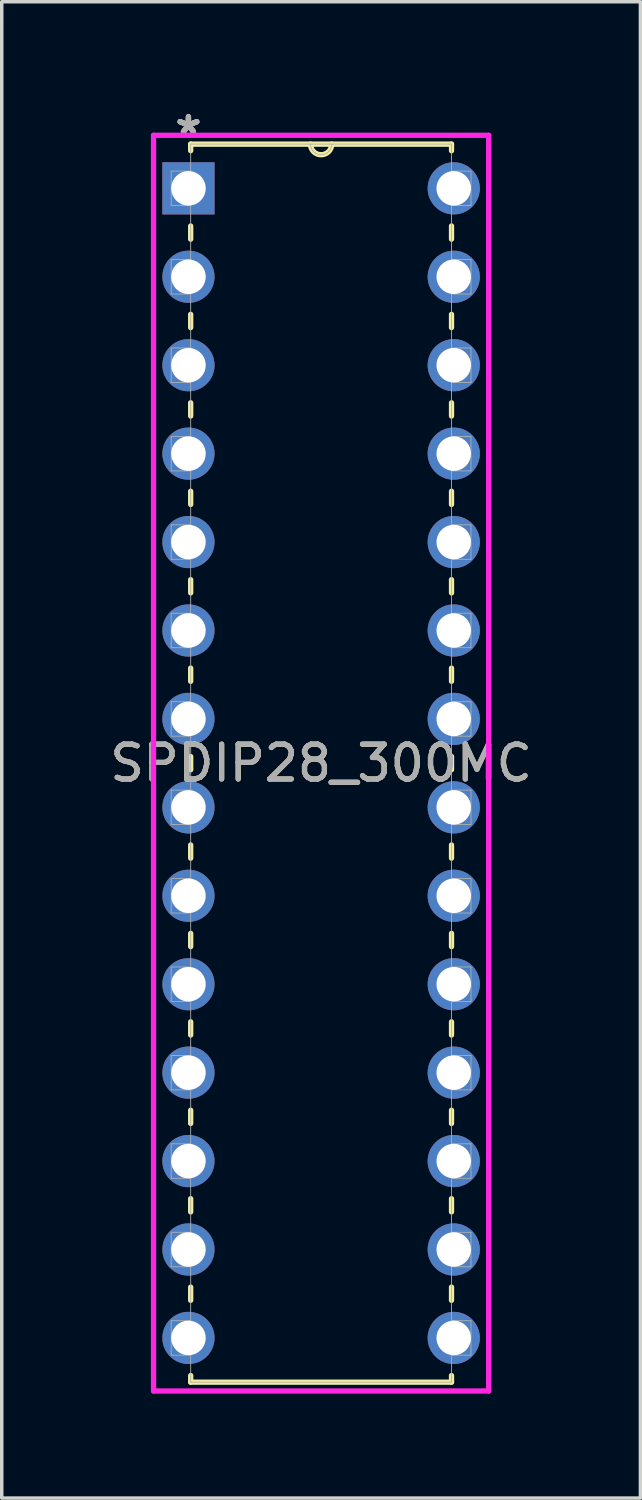
<source format=kicad_pcb>
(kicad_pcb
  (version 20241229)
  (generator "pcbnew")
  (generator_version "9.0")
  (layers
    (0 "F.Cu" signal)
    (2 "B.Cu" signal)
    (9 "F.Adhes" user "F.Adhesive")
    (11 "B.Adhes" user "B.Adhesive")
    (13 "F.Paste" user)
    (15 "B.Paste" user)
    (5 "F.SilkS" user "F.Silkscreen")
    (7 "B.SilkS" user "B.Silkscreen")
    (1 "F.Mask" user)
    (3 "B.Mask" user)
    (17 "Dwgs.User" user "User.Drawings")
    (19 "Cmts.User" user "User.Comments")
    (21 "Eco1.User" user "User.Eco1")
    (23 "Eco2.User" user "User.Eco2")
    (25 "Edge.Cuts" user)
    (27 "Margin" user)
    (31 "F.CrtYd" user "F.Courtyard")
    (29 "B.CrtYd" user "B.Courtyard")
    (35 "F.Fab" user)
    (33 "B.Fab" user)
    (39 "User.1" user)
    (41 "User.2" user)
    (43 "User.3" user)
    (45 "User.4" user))
  (footprint "SPDIP28_300MC"
    (layer "F.Cu")
    (at 9.983 35.38)
    (property "Reference" "SPDIP28_300MC" (at -3.81 -16.51 0) (unlocked yes) (layer "F.SilkS") (effects (font (size 1 1) (thickness 0.15))))
    (attr through_hole)
    (fp_line (start -7.556 -34.29) (end -7.556 -34.102) (stroke (width 0.152) (type solid)) (layer "F.SilkS"))
    (fp_line (start -7.556 -31.938) (end -7.556 -31.56) (stroke (width 0.152) (type solid)) (layer "F.SilkS"))
    (fp_line (start -7.556 -29.4) (end -7.556 -29.02) (stroke (width 0.152) (type solid)) (layer "F.SilkS"))
    (fp_line (start -7.556 -26.86) (end -7.556 -26.48) (stroke (width 0.152) (type solid)) (layer "F.SilkS"))
    (fp_line (start -7.556 -24.32) (end -7.556 -23.94) (stroke (width 0.152) (type solid)) (layer "F.SilkS"))
    (fp_line (start -7.556 -21.78) (end -7.556 -21.4) (stroke (width 0.152) (type solid)) (layer "F.SilkS"))
    (fp_line (start -7.556 -19.24) (end -7.556 -18.86) (stroke (width 0.152) (type solid)) (layer "F.SilkS"))
    (fp_line (start -7.556 -16.7) (end -7.556 -16.32) (stroke (width 0.152) (type solid)) (layer "F.SilkS"))
    (fp_line (start -7.556 -14.16) (end -7.556 -13.78) (stroke (width 0.152) (type solid)) (layer "F.SilkS"))
    (fp_line (start -7.556 -11.62) (end -7.556 -11.24) (stroke (width 0.152) (type solid)) (layer "F.SilkS"))
    (fp_line (start -7.556 -9.08) (end -7.556 -8.7) (stroke (width 0.152) (type solid)) (layer "F.SilkS"))
    (fp_line (start -7.556 -6.54) (end -7.556 -6.16) (stroke (width 0.152) (type solid)) (layer "F.SilkS"))
    (fp_line (start -7.556 -4) (end -7.556 -3.62) (stroke (width 0.152) (type solid)) (layer "F.SilkS"))
    (fp_line (start -7.556 -1.46) (end -7.556 -1.08) (stroke (width 0.152) (type solid)) (layer "F.SilkS"))
    (fp_line (start -7.556 1.08) (end -7.556 1.27) (stroke (width 0.152) (type solid)) (layer "F.SilkS"))
    (fp_line (start -7.556 1.27) (end -0.064 1.27) (stroke (width 0.152) (type solid)) (layer "F.SilkS"))
    (fp_line (start -0.064 -34.29) (end -7.556 -34.29) (stroke (width 0.152) (type solid)) (layer "F.SilkS"))
    (fp_line (start -0.064 -34.1) (end -0.064 -34.29) (stroke (width 0.152) (type solid)) (layer "F.SilkS"))
    (fp_line (start -0.064 -31.56) (end -0.064 -31.94) (stroke (width 0.152) (type solid)) (layer "F.SilkS"))
    (fp_line (start -0.064 -29.02) (end -0.064 -29.4) (stroke (width 0.152) (type solid)) (layer "F.SilkS"))
    (fp_line (start -0.064 -26.48) (end -0.064 -26.86) (stroke (width 0.152) (type solid)) (layer "F.SilkS"))
    (fp_line (start -0.064 -23.94) (end -0.064 -24.32) (stroke (width 0.152) (type solid)) (layer "F.SilkS"))
    (fp_line (start -0.064 -21.4) (end -0.064 -21.78) (stroke (width 0.152) (type solid)) (layer "F.SilkS"))
    (fp_line (start -0.064 -18.86) (end -0.064 -19.24) (stroke (width 0.152) (type solid)) (layer "F.SilkS"))
    (fp_line (start -0.064 -16.32) (end -0.064 -16.7) (stroke (width 0.152) (type solid)) (layer "F.SilkS"))
    (fp_line (start -0.064 -13.78) (end -0.064 -14.16) (stroke (width 0.152) (type solid)) (layer "F.SilkS"))
    (fp_line (start -0.064 -11.24) (end -0.064 -11.62) (stroke (width 0.152) (type solid)) (layer "F.SilkS"))
    (fp_line (start -0.064 -8.7) (end -0.064 -9.08) (stroke (width 0.152) (type solid)) (layer "F.SilkS"))
    (fp_line (start -0.064 -6.16) (end -0.064 -6.54) (stroke (width 0.152) (type solid)) (layer "F.SilkS"))
    (fp_line (start -0.064 -3.62) (end -0.064 -4) (stroke (width 0.152) (type solid)) (layer "F.SilkS"))
    (fp_line (start -0.064 -1.08) (end -0.064 -1.46) (stroke (width 0.152) (type solid)) (layer "F.SilkS"))
    (fp_line (start -0.064 1.27) (end -0.064 1.08) (stroke (width 0.152) (type solid)) (layer "F.SilkS"))
    (fp_arc (start -3.5052 -34.29) (mid -3.81 -33.9852) (end -4.1148 -34.29) (stroke (width 0.1524) (type solid)) (layer "F.SilkS"))
    (fp_line (start -8.623 -34.544) (end -8.623 1.524) (stroke (width 0.152) (type solid)) (layer "F.CrtYd"))
    (fp_line (start -8.623 1.524) (end 1.003 1.524) (stroke (width 0.152) (type solid)) (layer "F.CrtYd"))
    (fp_line (start 1.003 -34.544) (end -8.623 -34.544) (stroke (width 0.152) (type solid)) (layer "F.CrtYd"))
    (fp_line (start 1.003 1.524) (end 1.003 -34.544) (stroke (width 0.152) (type solid)) (layer "F.CrtYd"))
    (fp_line (start -8.115 -33.515) (end -8.115 -32.525) (stroke (width 0.025) (type solid)) (layer "F.Fab"))
    (fp_line (start -8.115 -32.525) (end -7.556 -32.525) (stroke (width 0.025) (type solid)) (layer "F.Fab"))
    (fp_line (start -8.115 -30.975) (end -8.115 -29.985) (stroke (width 0.025) (type solid)) (layer "F.Fab"))
    (fp_line (start -8.115 -29.985) (end -7.556 -29.985) (stroke (width 0.025) (type solid)) (layer "F.Fab"))
    (fp_line (start -8.115 -28.435) (end -8.115 -27.445) (stroke (width 0.025) (type solid)) (layer "F.Fab"))
    (fp_line (start -8.115 -27.445) (end -7.556 -27.445) (stroke (width 0.025) (type solid)) (layer "F.Fab"))
    (fp_line (start -8.115 -25.895) (end -8.115 -24.905) (stroke (width 0.025) (type solid)) (layer "F.Fab"))
    (fp_line (start -8.115 -24.905) (end -7.556 -24.905) (stroke (width 0.025) (type solid)) (layer "F.Fab"))
    (fp_line (start -8.115 -23.355) (end -8.115 -22.365) (stroke (width 0.025) (type solid)) (layer "F.Fab"))
    (fp_line (start -8.115 -22.365) (end -7.556 -22.365) (stroke (width 0.025) (type solid)) (layer "F.Fab"))
    (fp_line (start -8.115 -20.815) (end -8.115 -19.825) (stroke (width 0.025) (type solid)) (layer "F.Fab"))
    (fp_line (start -8.115 -19.825) (end -7.556 -19.825) (stroke (width 0.025) (type solid)) (layer "F.Fab"))
    (fp_line (start -8.115 -18.275) (end -8.115 -17.285) (stroke (width 0.025) (type solid)) (layer "F.Fab"))
    (fp_line (start -8.115 -17.285) (end -7.556 -17.285) (stroke (width 0.025) (type solid)) (layer "F.Fab"))
    (fp_line (start -8.115 -15.735) (end -8.115 -14.745) (stroke (width 0.025) (type solid)) (layer "F.Fab"))
    (fp_line (start -8.115 -14.745) (end -7.556 -14.745) (stroke (width 0.025) (type solid)) (layer "F.Fab"))
    (fp_line (start -8.115 -13.195) (end -8.115 -12.205) (stroke (width 0.025) (type solid)) (layer "F.Fab"))
    (fp_line (start -8.115 -12.205) (end -7.556 -12.205) (stroke (width 0.025) (type solid)) (layer "F.Fab"))
    (fp_line (start -8.115 -10.655) (end -8.115 -9.665) (stroke (width 0.025) (type solid)) (layer "F.Fab"))
    (fp_line (start -8.115 -9.665) (end -7.556 -9.665) (stroke (width 0.025) (type solid)) (layer "F.Fab"))
    (fp_line (start -8.115 -8.115) (end -8.115 -7.125) (stroke (width 0.025) (type solid)) (layer "F.Fab"))
    (fp_line (start -8.115 -7.125) (end -7.556 -7.125) (stroke (width 0.025) (type solid)) (layer "F.Fab"))
    (fp_line (start -8.115 -5.575) (end -8.115 -4.585) (stroke (width 0.025) (type solid)) (layer "F.Fab"))
    (fp_line (start -8.115 -4.585) (end -7.556 -4.585) (stroke (width 0.025) (type solid)) (layer "F.Fab"))
    (fp_line (start -8.115 -3.035) (end -8.115 -2.045) (stroke (width 0.025) (type solid)) (layer "F.Fab"))
    (fp_line (start -8.115 -2.045) (end -7.556 -2.045) (stroke (width 0.025) (type solid)) (layer "F.Fab"))
    (fp_line (start -8.115 -0.495) (end -8.115 0.495) (stroke (width 0.025) (type solid)) (layer "F.Fab"))
    (fp_line (start -8.115 0.495) (end -7.556 0.495) (stroke (width 0.025) (type solid)) (layer "F.Fab"))
    (fp_line (start -7.556 -34.29) (end -7.556 1.27) (stroke (width 0.025) (type solid)) (layer "F.Fab"))
    (fp_line (start -7.556 -33.515) (end -8.115 -33.515) (stroke (width 0.025) (type solid)) (layer "F.Fab"))
    (fp_line (start -7.556 -32.525) (end -7.556 -33.515) (stroke (width 0.025) (type solid)) (layer "F.Fab"))
    (fp_line (start -7.556 -30.975) (end -8.115 -30.975) (stroke (width 0.025) (type solid)) (layer "F.Fab"))
    (fp_line (start -7.556 -29.985) (end -7.556 -30.975) (stroke (width 0.025) (type solid)) (layer "F.Fab"))
    (fp_line (start -7.556 -28.435) (end -8.115 -28.435) (stroke (width 0.025) (type solid)) (layer "F.Fab"))
    (fp_line (start -7.556 -27.445) (end -7.556 -28.435) (stroke (width 0.025) (type solid)) (layer "F.Fab"))
    (fp_line (start -7.556 -25.895) (end -8.115 -25.895) (stroke (width 0.025) (type solid)) (layer "F.Fab"))
    (fp_line (start -7.556 -24.905) (end -7.556 -25.895) (stroke (width 0.025) (type solid)) (layer "F.Fab"))
    (fp_line (start -7.556 -23.355) (end -8.115 -23.355) (stroke (width 0.025) (type solid)) (layer "F.Fab"))
    (fp_line (start -7.556 -22.365) (end -7.556 -23.355) (stroke (width 0.025) (type solid)) (layer "F.Fab"))
    (fp_line (start -7.556 -20.815) (end -8.115 -20.815) (stroke (width 0.025) (type solid)) (layer "F.Fab"))
    (fp_line (start -7.556 -19.825) (end -7.556 -20.815) (stroke (width 0.025) (type solid)) (layer "F.Fab"))
    (fp_line (start -7.556 -18.275) (end -8.115 -18.275) (stroke (width 0.025) (type solid)) (layer "F.Fab"))
    (fp_line (start -7.556 -17.285) (end -7.556 -18.275) (stroke (width 0.025) (type solid)) (layer "F.Fab"))
    (fp_line (start -7.556 -15.735) (end -8.115 -15.735) (stroke (width 0.025) (type solid)) (layer "F.Fab"))
    (fp_line (start -7.556 -14.745) (end -7.556 -15.735) (stroke (width 0.025) (type solid)) (layer "F.Fab"))
    (fp_line (start -7.556 -13.195) (end -8.115 -13.195) (stroke (width 0.025) (type solid)) (layer "F.Fab"))
    (fp_line (start -7.556 -12.205) (end -7.556 -13.195) (stroke (width 0.025) (type solid)) (layer "F.Fab"))
    (fp_line (start -7.556 -10.655) (end -8.115 -10.655) (stroke (width 0.025) (type solid)) (layer "F.Fab"))
    (fp_line (start -7.556 -9.665) (end -7.556 -10.655) (stroke (width 0.025) (type solid)) (layer "F.Fab"))
    (fp_line (start -7.556 -8.115) (end -8.115 -8.115) (stroke (width 0.025) (type solid)) (layer "F.Fab"))
    (fp_line (start -7.556 -7.125) (end -7.556 -8.115) (stroke (width 0.025) (type solid)) (layer "F.Fab"))
    (fp_line (start -7.556 -5.575) (end -8.115 -5.575) (stroke (width 0.025) (type solid)) (layer "F.Fab"))
    (fp_line (start -7.556 -4.585) (end -7.556 -5.575) (stroke (width 0.025) (type solid)) (layer "F.Fab"))
    (fp_line (start -7.556 -3.035) (end -8.115 -3.035) (stroke (width 0.025) (type solid)) (layer "F.Fab"))
    (fp_line (start -7.556 -2.045) (end -7.556 -3.035) (stroke (width 0.025) (type solid)) (layer "F.Fab"))
    (fp_line (start -7.556 -0.495) (end -8.115 -0.495) (stroke (width 0.025) (type solid)) (layer "F.Fab"))
    (fp_line (start -7.556 0.495) (end -7.556 -0.495) (stroke (width 0.025) (type solid)) (layer "F.Fab"))
    (fp_line (start -7.556 1.27) (end -0.064 1.27) (stroke (width 0.025) (type solid)) (layer "F.Fab"))
    (fp_line (start -0.064 -34.29) (end -7.556 -34.29) (stroke (width 0.025) (type solid)) (layer "F.Fab"))
    (fp_line (start -0.064 -33.515) (end -0.064 -32.525) (stroke (width 0.025) (type solid)) (layer "F.Fab"))
    (fp_line (start -0.064 -32.525) (end 0.495 -32.525) (stroke (width 0.025) (type solid)) (layer "F.Fab"))
    (fp_line (start -0.064 -30.975) (end -0.064 -29.985) (stroke (width 0.025) (type solid)) (layer "F.Fab"))
    (fp_line (start -0.064 -29.985) (end 0.495 -29.985) (stroke (width 0.025) (type solid)) (layer "F.Fab"))
    (fp_line (start -0.064 -28.435) (end -0.064 -27.445) (stroke (width 0.025) (type solid)) (layer "F.Fab"))
    (fp_line (start -0.064 -27.445) (end 0.495 -27.445) (stroke (width 0.025) (type solid)) (layer "F.Fab"))
    (fp_line (start -0.064 -25.895) (end -0.064 -24.905) (stroke (width 0.025) (type solid)) (layer "F.Fab"))
    (fp_line (start -0.064 -24.905) (end 0.495 -24.905) (stroke (width 0.025) (type solid)) (layer "F.Fab"))
    (fp_line (start -0.064 -23.355) (end -0.064 -22.365) (stroke (width 0.025) (type solid)) (layer "F.Fab"))
    (fp_line (start -0.064 -22.365) (end 0.495 -22.365) (stroke (width 0.025) (type solid)) (layer "F.Fab"))
    (fp_line (start -0.064 -20.815) (end -0.064 -19.825) (stroke (width 0.025) (type solid)) (layer "F.Fab"))
    (fp_line (start -0.064 -19.825) (end 0.495 -19.825) (stroke (width 0.025) (type solid)) (layer "F.Fab"))
    (fp_line (start -0.064 -18.275) (end -0.064 -17.285) (stroke (width 0.025) (type solid)) (layer "F.Fab"))
    (fp_line (start -0.064 -17.285) (end 0.495 -17.285) (stroke (width 0.025) (type solid)) (layer "F.Fab"))
    (fp_line (start -0.064 -15.735) (end -0.064 -14.745) (stroke (width 0.025) (type solid)) (layer "F.Fab"))
    (fp_line (start -0.064 -14.745) (end 0.495 -14.745) (stroke (width 0.025) (type solid)) (layer "F.Fab"))
    (fp_line (start -0.064 -13.195) (end -0.064 -12.205) (stroke (width 0.025) (type solid)) (layer "F.Fab"))
    (fp_line (start -0.064 -12.205) (end 0.495 -12.205) (stroke (width 0.025) (type solid)) (layer "F.Fab"))
    (fp_line (start -0.064 -10.655) (end -0.064 -9.665) (stroke (width 0.025) (type solid)) (layer "F.Fab"))
    (fp_line (start -0.064 -9.665) (end 0.495 -9.665) (stroke (width 0.025) (type solid)) (layer "F.Fab"))
    (fp_line (start -0.064 -8.115) (end -0.064 -7.125) (stroke (width 0.025) (type solid)) (layer "F.Fab"))
    (fp_line (start -0.064 -7.125) (end 0.495 -7.125) (stroke (width 0.025) (type solid)) (layer "F.Fab"))
    (fp_line (start -0.064 -5.575) (end -0.064 -4.585) (stroke (width 0.025) (type solid)) (layer "F.Fab"))
    (fp_line (start -0.064 -4.585) (end 0.495 -4.585) (stroke (width 0.025) (type solid)) (layer "F.Fab"))
    (fp_line (start -0.064 -3.035) (end -0.064 -2.045) (stroke (width 0.025) (type solid)) (layer "F.Fab"))
    (fp_line (start -0.064 -2.045) (end 0.495 -2.045) (stroke (width 0.025) (type solid)) (layer "F.Fab"))
    (fp_line (start -0.064 -0.495) (end -0.064 0.495) (stroke (width 0.025) (type solid)) (layer "F.Fab"))
    (fp_line (start -0.064 0.495) (end 0.495 0.495) (stroke (width 0.025) (type solid)) (layer "F.Fab"))
    (fp_line (start -0.064 1.27) (end -0.064 -34.29) (stroke (width 0.025) (type solid)) (layer "F.Fab"))
    (fp_line (start 0.495 -33.515) (end -0.064 -33.515) (stroke (width 0.025) (type solid)) (layer "F.Fab"))
    (fp_line (start 0.495 -32.525) (end 0.495 -33.515) (stroke (width 0.025) (type solid)) (layer "F.Fab"))
    (fp_line (start 0.495 -30.975) (end -0.064 -30.975) (stroke (width 0.025) (type solid)) (layer "F.Fab"))
    (fp_line (start 0.495 -29.985) (end 0.495 -30.975) (stroke (width 0.025) (type solid)) (layer "F.Fab"))
    (fp_line (start 0.495 -28.435) (end -0.064 -28.435) (stroke (width 0.025) (type solid)) (layer "F.Fab"))
    (fp_line (start 0.495 -27.445) (end 0.495 -28.435) (stroke (width 0.025) (type solid)) (layer "F.Fab"))
    (fp_line (start 0.495 -25.895) (end -0.064 -25.895) (stroke (width 0.025) (type solid)) (layer "F.Fab"))
    (fp_line (start 0.495 -24.905) (end 0.495 -25.895) (stroke (width 0.025) (type solid)) (layer "F.Fab"))
    (fp_line (start 0.495 -23.355) (end -0.064 -23.355) (stroke (width 0.025) (type solid)) (layer "F.Fab"))
    (fp_line (start 0.495 -22.365) (end 0.495 -23.355) (stroke (width 0.025) (type solid)) (layer "F.Fab"))
    (fp_line (start 0.495 -20.815) (end -0.064 -20.815) (stroke (width 0.025) (type solid)) (layer "F.Fab"))
    (fp_line (start 0.495 -19.825) (end 0.495 -20.815) (stroke (width 0.025) (type solid)) (layer "F.Fab"))
    (fp_line (start 0.495 -18.275) (end -0.064 -18.275) (stroke (width 0.025) (type solid)) (layer "F.Fab"))
    (fp_line (start 0.495 -17.285) (end 0.495 -18.275) (stroke (width 0.025) (type solid)) (layer "F.Fab"))
    (fp_line (start 0.495 -15.735) (end -0.064 -15.735) (stroke (width 0.025) (type solid)) (layer "F.Fab"))
    (fp_line (start 0.495 -14.745) (end 0.495 -15.735) (stroke (width 0.025) (type solid)) (layer "F.Fab"))
    (fp_line (start 0.495 -13.195) (end -0.064 -13.195) (stroke (width 0.025) (type solid)) (layer "F.Fab"))
    (fp_line (start 0.495 -12.205) (end 0.495 -13.195) (stroke (width 0.025) (type solid)) (layer "F.Fab"))
    (fp_line (start 0.495 -10.655) (end -0.064 -10.655) (stroke (width 0.025) (type solid)) (layer "F.Fab"))
    (fp_line (start 0.495 -9.665) (end 0.495 -10.655) (stroke (width 0.025) (type solid)) (layer "F.Fab"))
    (fp_line (start 0.495 -8.115) (end -0.064 -8.115) (stroke (width 0.025) (type solid)) (layer "F.Fab"))
    (fp_line (start 0.495 -7.125) (end 0.495 -8.115) (stroke (width 0.025) (type solid)) (layer "F.Fab"))
    (fp_line (start 0.495 -5.575) (end -0.064 -5.575) (stroke (width 0.025) (type solid)) (layer "F.Fab"))
    (fp_line (start 0.495 -4.585) (end 0.495 -5.575) (stroke (width 0.025) (type solid)) (layer "F.Fab"))
    (fp_line (start 0.495 -3.035) (end -0.064 -3.035) (stroke (width 0.025) (type solid)) (layer "F.Fab"))
    (fp_line (start 0.495 -2.045) (end 0.495 -3.035) (stroke (width 0.025) (type solid)) (layer "F.Fab"))
    (fp_line (start 0.495 -0.495) (end -0.064 -0.495) (stroke (width 0.025) (type solid)) (layer "F.Fab"))
    (fp_line (start 0.495 0.495) (end 0.495 -0.495) (stroke (width 0.025) (type solid)) (layer "F.Fab"))
    (fp_arc (start -3.5052 -34.29) (mid -3.81 -33.9852) (end -4.1148 -34.29) (stroke (width 0.0254) (type solid)) (layer "F.Fab"))
    (fp_text user "*" (at -7.62 -34.531 0) (layer "F.SilkS") (effects (font (size 1 1) (thickness 0.15))))
    (fp_text user "*" (at -7.62 -34.531 0) (unlocked yes) (layer "F.SilkS") (effects (font (size 1 1) (thickness 0.15))))
    (fp_text user "*" (at -7.62 -34.531 0) (layer "F.Fab") (effects (font (size 1 1) (thickness 0.15))))
    (fp_text user "*" (at -7.62 -34.531 0) (unlocked yes) (layer "F.Fab") (effects (font (size 1 1) (thickness 0.15))))
    (fp_text user "${REFERENCE}" (at -3.81 -16.51 0) (unlocked yes) (layer "F.Fab") (effects (font (size 1 1) (thickness 0.15))))
    (pad "1" thru_hole rect (at -7.62 -33.02) (size 1.499 1.499) (drill 0.991) (layers "*.Cu" "*.Mask"))
    (pad "2" thru_hole circle (at -7.62 -30.48) (size 1.499 1.499) (drill 0.991) (layers "*.Cu" "*.Mask"))
    (pad "3" thru_hole circle (at -7.62 -27.94) (size 1.499 1.499) (drill 0.991) (layers "*.Cu" "*.Mask"))
    (pad "4" thru_hole circle (at -7.62 -25.4) (size 1.499 1.499) (drill 0.991) (layers "*.Cu" "*.Mask"))
    (pad "5" thru_hole circle (at -7.62 -22.86) (size 1.499 1.499) (drill 0.991) (layers "*.Cu" "*.Mask"))
    (pad "6" thru_hole circle (at -7.62 -20.32) (size 1.499 1.499) (drill 0.991) (layers "*.Cu" "*.Mask"))
    (pad "7" thru_hole circle (at -7.62 -17.78) (size 1.499 1.499) (drill 0.991) (layers "*.Cu" "*.Mask"))
    (pad "8" thru_hole circle (at -7.62 -15.24) (size 1.499 1.499) (drill 0.991) (layers "*.Cu" "*.Mask"))
    (pad "9" thru_hole circle (at -7.62 -12.7) (size 1.499 1.499) (drill 0.991) (layers "*.Cu" "*.Mask"))
    (pad "10" thru_hole circle (at -7.62 -10.16) (size 1.499 1.499) (drill 0.991) (layers "*.Cu" "*.Mask"))
    (pad "11" thru_hole circle (at -7.62 -7.62) (size 1.499 1.499) (drill 0.991) (layers "*.Cu" "*.Mask"))
    (pad "12" thru_hole circle (at -7.62 -5.08) (size 1.499 1.499) (drill 0.991) (layers "*.Cu" "*.Mask"))
    (pad "13" thru_hole circle (at -7.62 -2.54) (size 1.499 1.499) (drill 0.991) (layers "*.Cu" "*.Mask"))
    (pad "14" thru_hole circle (at -7.62 0) (size 1.499 1.499) (drill 0.991) (layers "*.Cu" "*.Mask"))
    (pad "15" thru_hole circle (at 0 0) (size 1.499 1.499) (drill 0.991) (layers "*.Cu" "*.Mask"))
    (pad "16" thru_hole circle (at 0 -2.54) (size 1.499 1.499) (drill 0.991) (layers "*.Cu" "*.Mask"))
    (pad "17" thru_hole circle (at 0 -5.08) (size 1.499 1.499) (drill 0.991) (layers "*.Cu" "*.Mask"))
    (pad "18" thru_hole circle (at 0 -7.62) (size 1.499 1.499) (drill 0.991) (layers "*.Cu" "*.Mask"))
    (pad "19" thru_hole circle (at 0 -10.16) (size 1.499 1.499) (drill 0.991) (layers "*.Cu" "*.Mask"))
    (pad "20" thru_hole circle (at 0 -12.7) (size 1.499 1.499) (drill 0.991) (layers "*.Cu" "*.Mask"))
    (pad "21" thru_hole circle (at 0 -15.24) (size 1.499 1.499) (drill 0.991) (layers "*.Cu" "*.Mask"))
    (pad "22" thru_hole circle (at 0 -17.78) (size 1.499 1.499) (drill 0.991) (layers "*.Cu" "*.Mask"))
    (pad "23" thru_hole circle (at 0 -20.32) (size 1.499 1.499) (drill 0.991) (layers "*.Cu" "*.Mask"))
    (pad "24" thru_hole circle (at 0 -22.86) (size 1.499 1.499) (drill 0.991) (layers "*.Cu" "*.Mask"))
    (pad "25" thru_hole circle (at 0 -25.4) (size 1.499 1.499) (drill 0.991) (layers "*.Cu" "*.Mask"))
    (pad "26" thru_hole circle (at 0 -27.94) (size 1.499 1.499) (drill 0.991) (layers "*.Cu" "*.Mask"))
    (pad "27" thru_hole circle (at 0 -30.48) (size 1.499 1.499) (drill 0.991) (layers "*.Cu" "*.Mask"))
    (pad "28" thru_hole circle (at 0 -33.02) (size 1.499 1.499) (drill 0.991) (layers "*.Cu" "*.Mask")))
  (gr_rect
    (start -3 -3)
    (end 15.345 39.98)
    (stroke (width 0.1) (type default))
    (fill no)
    (layer "Edge.Cuts")))
</source>
